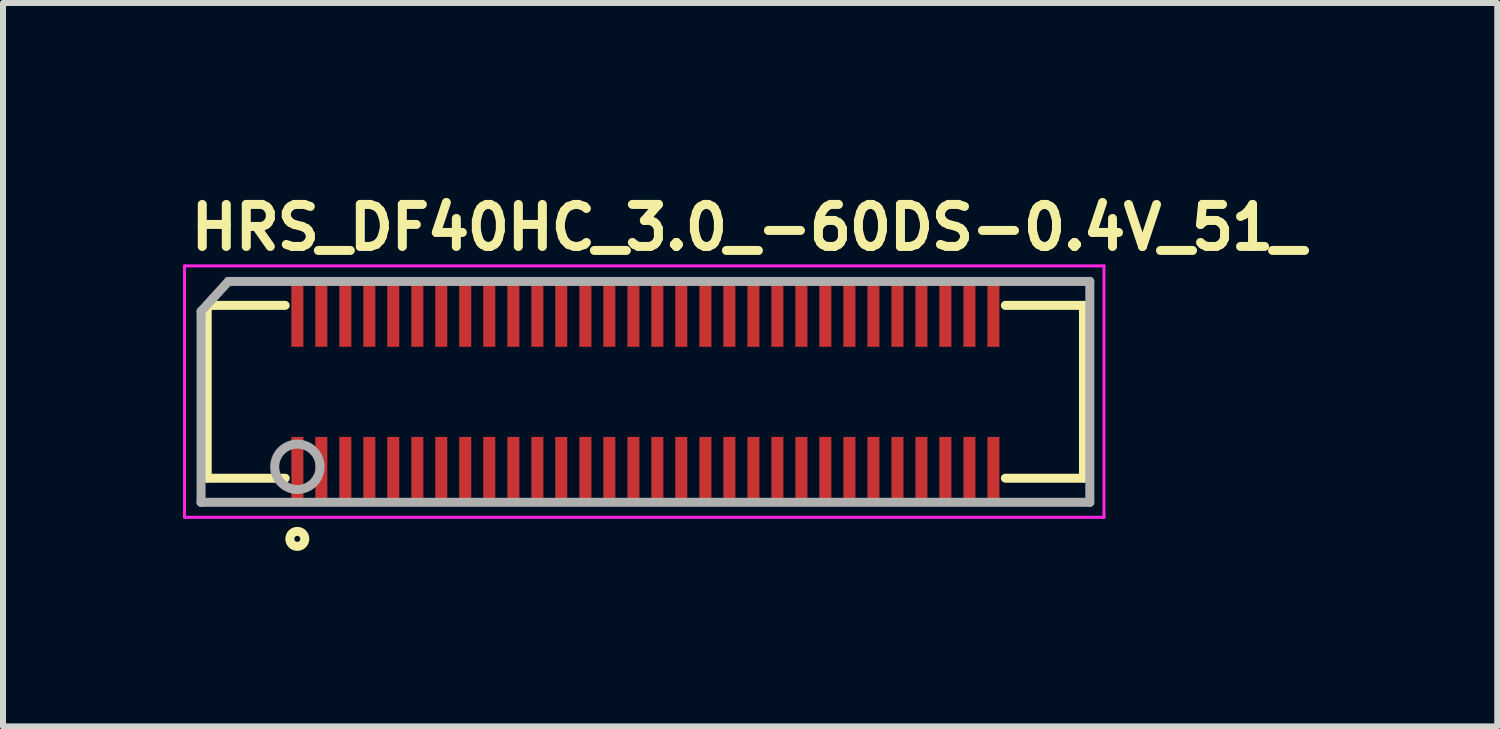
<source format=kicad_pcb>
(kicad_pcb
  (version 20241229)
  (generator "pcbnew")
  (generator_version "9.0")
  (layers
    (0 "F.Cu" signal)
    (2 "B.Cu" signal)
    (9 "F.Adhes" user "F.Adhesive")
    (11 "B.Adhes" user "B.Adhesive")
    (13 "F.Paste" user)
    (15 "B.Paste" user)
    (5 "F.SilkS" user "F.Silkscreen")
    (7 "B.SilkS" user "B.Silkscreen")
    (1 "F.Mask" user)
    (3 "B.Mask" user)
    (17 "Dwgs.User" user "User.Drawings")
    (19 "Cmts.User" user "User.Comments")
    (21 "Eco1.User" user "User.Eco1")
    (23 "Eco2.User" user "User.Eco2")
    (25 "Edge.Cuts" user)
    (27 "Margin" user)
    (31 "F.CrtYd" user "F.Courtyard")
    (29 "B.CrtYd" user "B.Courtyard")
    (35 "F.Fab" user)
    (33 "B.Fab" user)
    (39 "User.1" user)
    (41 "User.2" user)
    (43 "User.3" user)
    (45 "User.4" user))
  (footprint "HRS_DF40HC_3.0_-60DS-0.4V_51_"
    (layer "F.Cu")
    (at 1.905 4.8)
    (property "Reference" "HRS_DF40HC_3.0_-60DS-0.4V_51_" (at -1.85 -3.65 0) (layer "F.SilkS") (effects (font (size 0.7 0.7) (thickness 0.15)) (justify left bottom)))
    (attr smd)
    (fp_line (start -1.502 -2.762) (end -1.502 0.118) (stroke (width 0.15) (type solid)) (layer "F.SilkS"))
    (fp_line (start -1.502 0.118) (end -0.203 0.118) (stroke (width 0.15) (type solid)) (layer "F.SilkS"))
    (fp_line (start -0.203 -2.762) (end -1.502 -2.762) (stroke (width 0.15) (type solid)) (layer "F.SilkS"))
    (fp_line (start 11.797 0.118) (end 13.098 0.118) (stroke (width 0.15) (type solid)) (layer "F.SilkS"))
    (fp_line (start 13.098 -2.762) (end 11.797 -2.762) (stroke (width 0.15) (type solid)) (layer "F.SilkS"))
    (fp_line (start 13.098 0.118) (end 13.098 -2.762) (stroke (width 0.15) (type solid)) (layer "F.SilkS"))
    (fp_circle (center -0.001 1.129) (end 0.049 1.129) (stroke (width 0.15) (type solid)) (fill no) (layer "F.SilkS"))
    (fp_line (start -1.88 -3.42) (end -1.88 0.77) (stroke (width 0.05) (type solid)) (layer "F.CrtYd"))
    (fp_line (start -1.88 0.77) (end 13.44 0.77) (stroke (width 0.05) (type solid)) (layer "F.CrtYd"))
    (fp_line (start 13.44 -3.42) (end -1.88 -3.42) (stroke (width 0.05) (type solid)) (layer "F.CrtYd"))
    (fp_line (start 13.44 0.77) (end 13.44 -3.42) (stroke (width 0.05) (type solid)) (layer "F.CrtYd"))
    (fp_line (start -1.605 -2.661) (end -1.605 0.52) (stroke (width 0.15) (type solid)) (layer "F.Fab"))
    (fp_line (start -1.605 0.52) (end 13.204 0.52) (stroke (width 0.15) (type solid)) (layer "F.Fab"))
    (fp_line (start -1.15 -3.161) (end -1.605 -2.661) (stroke (width 0.15) (type solid)) (layer "F.Fab"))
    (fp_line (start 13.204 -3.161) (end -1.15 -3.161) (stroke (width 0.15) (type solid)) (layer "F.Fab"))
    (fp_line (start 13.204 0.52) (end 13.204 -3.161) (stroke (width 0.15) (type solid)) (layer "F.Fab"))
    (fp_circle (center 0 -0.072) (end 0.378 -0.072) (stroke (width 0.15) (type solid)) (fill no) (layer "F.Fab"))
    (pad "1" smd rect (at 0 0) (size 0.2 1.14) (layers "F.Cu" "F.Mask" "F.Paste"))
    (pad "2" smd rect (at 0 -2.641) (size 0.2 1.14) (layers "F.Cu" "F.Mask" "F.Paste"))
    (pad "3" smd rect (at 0.399 0) (size 0.2 1.14) (layers "F.Cu" "F.Mask" "F.Paste"))
    (pad "4" smd rect (at 0.399 -2.641) (size 0.2 1.14) (layers "F.Cu" "F.Mask" "F.Paste"))
    (pad "5" smd rect (at 0.799 0) (size 0.2 1.14) (layers "F.Cu" "F.Mask" "F.Paste"))
    (pad "6" smd rect (at 0.799 -2.641) (size 0.2 1.14) (layers "F.Cu" "F.Mask" "F.Paste"))
    (pad "7" smd rect (at 1.199 0) (size 0.2 1.14) (layers "F.Cu" "F.Mask" "F.Paste"))
    (pad "8" smd rect (at 1.199 -2.641) (size 0.2 1.14) (layers "F.Cu" "F.Mask" "F.Paste"))
    (pad "9" smd rect (at 1.598 0) (size 0.2 1.14) (layers "F.Cu" "F.Mask" "F.Paste"))
    (pad "10" smd rect (at 1.598 -2.641) (size 0.2 1.14) (layers "F.Cu" "F.Mask" "F.Paste"))
    (pad "11" smd rect (at 1.999 0) (size 0.2 1.14) (layers "F.Cu" "F.Mask" "F.Paste"))
    (pad "12" smd rect (at 1.999 -2.641) (size 0.2 1.14) (layers "F.Cu" "F.Mask" "F.Paste"))
    (pad "13" smd rect (at 2.398 0) (size 0.2 1.14) (layers "F.Cu" "F.Mask" "F.Paste"))
    (pad "14" smd rect (at 2.398 -2.641) (size 0.2 1.14) (layers "F.Cu" "F.Mask" "F.Paste"))
    (pad "15" smd rect (at 2.797 0) (size 0.2 1.14) (layers "F.Cu" "F.Mask" "F.Paste"))
    (pad "16" smd rect (at 2.797 -2.641) (size 0.2 1.14) (layers "F.Cu" "F.Mask" "F.Paste"))
    (pad "17" smd rect (at 3.198 0) (size 0.2 1.14) (layers "F.Cu" "F.Mask" "F.Paste"))
    (pad "18" smd rect (at 3.198 -2.641) (size 0.2 1.14) (layers "F.Cu" "F.Mask" "F.Paste"))
    (pad "19" smd rect (at 3.599 0) (size 0.2 1.14) (layers "F.Cu" "F.Mask" "F.Paste"))
    (pad "20" smd rect (at 3.599 -2.641) (size 0.2 1.14) (layers "F.Cu" "F.Mask" "F.Paste"))
    (pad "21" smd rect (at 3.999 0) (size 0.2 1.14) (layers "F.Cu" "F.Mask" "F.Paste"))
    (pad "22" smd rect (at 3.999 -2.641) (size 0.2 1.14) (layers "F.Cu" "F.Mask" "F.Paste"))
    (pad "23" smd rect (at 4.397 0) (size 0.2 1.14) (layers "F.Cu" "F.Mask" "F.Paste"))
    (pad "24" smd rect (at 4.397 -2.641) (size 0.2 1.14) (layers "F.Cu" "F.Mask" "F.Paste"))
    (pad "25" smd rect (at 4.799 0) (size 0.2 1.14) (layers "F.Cu" "F.Mask" "F.Paste"))
    (pad "26" smd rect (at 4.799 -2.641) (size 0.2 1.14) (layers "F.Cu" "F.Mask" "F.Paste"))
    (pad "27" smd rect (at 5.198 0) (size 0.2 1.14) (layers "F.Cu" "F.Mask" "F.Paste"))
    (pad "28" smd rect (at 5.198 -2.641) (size 0.2 1.14) (layers "F.Cu" "F.Mask" "F.Paste"))
    (pad "29" smd rect (at 5.599 0) (size 0.2 1.14) (layers "F.Cu" "F.Mask" "F.Paste"))
    (pad "30" smd rect (at 5.599 -2.641) (size 0.2 1.14) (layers "F.Cu" "F.Mask" "F.Paste"))
    (pad "31" smd rect (at 5.998 0) (size 0.2 1.14) (layers "F.Cu" "F.Mask" "F.Paste"))
    (pad "32" smd rect (at 5.998 -2.641) (size 0.2 1.14) (layers "F.Cu" "F.Mask" "F.Paste"))
    (pad "33" smd rect (at 6.397 0) (size 0.2 1.14) (layers "F.Cu" "F.Mask" "F.Paste"))
    (pad "34" smd rect (at 6.397 -2.641) (size 0.2 1.14) (layers "F.Cu" "F.Mask" "F.Paste"))
    (pad "35" smd rect (at 6.799 0) (size 0.2 1.14) (layers "F.Cu" "F.Mask" "F.Paste"))
    (pad "36" smd rect (at 6.799 -2.641) (size 0.2 1.14) (layers "F.Cu" "F.Mask" "F.Paste"))
    (pad "37" smd rect (at 7.198 0) (size 0.2 1.14) (layers "F.Cu" "F.Mask" "F.Paste"))
    (pad "38" smd rect (at 7.198 -2.641) (size 0.2 1.14) (layers "F.Cu" "F.Mask" "F.Paste"))
    (pad "39" smd rect (at 7.599 0) (size 0.2 1.14) (layers "F.Cu" "F.Mask" "F.Paste"))
    (pad "40" smd rect (at 7.599 -2.641) (size 0.2 1.14) (layers "F.Cu" "F.Mask" "F.Paste"))
    (pad "41" smd rect (at 7.998 0) (size 0.2 1.14) (layers "F.Cu" "F.Mask" "F.Paste"))
    (pad "42" smd rect (at 7.998 -2.641) (size 0.2 1.14) (layers "F.Cu" "F.Mask" "F.Paste"))
    (pad "43" smd rect (at 8.398 0) (size 0.2 1.14) (layers "F.Cu" "F.Mask" "F.Paste"))
    (pad "44" smd rect (at 8.398 -2.641) (size 0.2 1.14) (layers "F.Cu" "F.Mask" "F.Paste"))
    (pad "45" smd rect (at 8.797 0) (size 0.2 1.14) (layers "F.Cu" "F.Mask" "F.Paste"))
    (pad "46" smd rect (at 8.797 -2.641) (size 0.2 1.14) (layers "F.Cu" "F.Mask" "F.Paste"))
    (pad "47" smd rect (at 9.198 0) (size 0.2 1.14) (layers "F.Cu" "F.Mask" "F.Paste"))
    (pad "48" smd rect (at 9.198 -2.641) (size 0.2 1.14) (layers "F.Cu" "F.Mask" "F.Paste"))
    (pad "49" smd rect (at 9.598 0) (size 0.2 1.14) (layers "F.Cu" "F.Mask" "F.Paste"))
    (pad "50" smd rect (at 9.598 -2.641) (size 0.2 1.14) (layers "F.Cu" "F.Mask" "F.Paste"))
    (pad "51" smd rect (at 9.999 0) (size 0.2 1.14) (layers "F.Cu" "F.Mask" "F.Paste"))
    (pad "52" smd rect (at 9.999 -2.641) (size 0.2 1.14) (layers "F.Cu" "F.Mask" "F.Paste"))
    (pad "53" smd rect (at 10.398 0) (size 0.2 1.14) (layers "F.Cu" "F.Mask" "F.Paste"))
    (pad "54" smd rect (at 10.398 -2.641) (size 0.2 1.14) (layers "F.Cu" "F.Mask" "F.Paste"))
    (pad "55" smd rect (at 10.797 0) (size 0.2 1.14) (layers "F.Cu" "F.Mask" "F.Paste"))
    (pad "56" smd rect (at 10.797 -2.641) (size 0.2 1.14) (layers "F.Cu" "F.Mask" "F.Paste"))
    (pad "57" smd rect (at 11.198 0) (size 0.2 1.14) (layers "F.Cu" "F.Mask" "F.Paste"))
    (pad "58" smd rect (at 11.198 -2.641) (size 0.2 1.14) (layers "F.Cu" "F.Mask" "F.Paste"))
    (pad "59" smd rect (at 11.598 0) (size 0.2 1.14) (layers "F.Cu" "F.Mask" "F.Paste"))
    (pad "60" smd rect (at 11.598 -2.641) (size 0.2 1.14) (layers "F.Cu" "F.Mask" "F.Paste")))
  (gr_rect
    (start -3 -3)
    (end 21.898 9.054)
    (stroke (width 0.1) (type default))
    (fill no)
    (layer "Edge.Cuts")))
</source>
